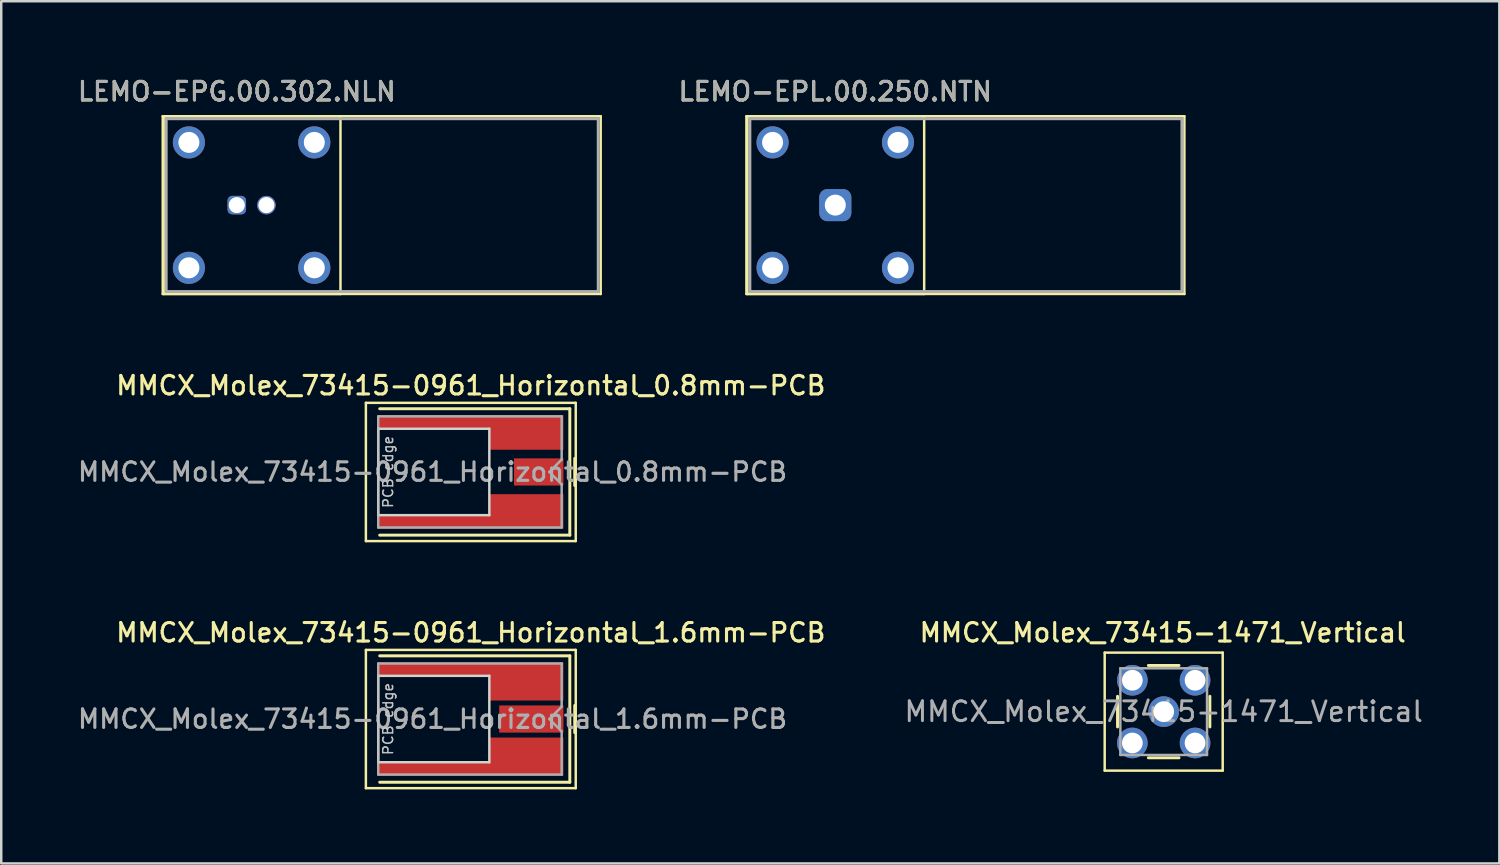
<source format=kicad_pcb>
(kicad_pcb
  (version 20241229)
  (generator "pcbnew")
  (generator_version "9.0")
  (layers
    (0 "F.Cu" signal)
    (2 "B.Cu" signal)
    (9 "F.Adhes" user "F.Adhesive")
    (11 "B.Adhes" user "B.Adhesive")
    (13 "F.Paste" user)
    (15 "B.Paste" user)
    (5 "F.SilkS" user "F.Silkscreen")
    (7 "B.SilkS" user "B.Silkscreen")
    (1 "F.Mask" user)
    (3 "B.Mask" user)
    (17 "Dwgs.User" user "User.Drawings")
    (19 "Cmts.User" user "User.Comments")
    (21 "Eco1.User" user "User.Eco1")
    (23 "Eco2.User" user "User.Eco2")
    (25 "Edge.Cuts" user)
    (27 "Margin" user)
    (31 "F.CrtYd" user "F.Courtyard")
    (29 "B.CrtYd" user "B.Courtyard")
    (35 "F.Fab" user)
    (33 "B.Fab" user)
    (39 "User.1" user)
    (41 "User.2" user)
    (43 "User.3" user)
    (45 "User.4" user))
  (footprint "MMCX_Molex_73415-1471_Vertical"
    (layer "F.Cu")
    (at 44.085 25.774)
    (property "Reference" "MMCX_Molex_73415-1471_Vertical" (at -0.04 -3.2 0) (layer "F.SilkS") (effects (font (size 0.75 0.75) (thickness 0.125))))
    (attr through_hole)
    (fp_line (start -2.39 -2.39) (end 2.39 -2.39) (stroke (width 0.1) (type solid)) (layer "F.SilkS"))
    (fp_line (start -2.39 2.39) (end -2.39 -2.39) (stroke (width 0.1) (type solid)) (layer "F.SilkS"))
    (fp_line (start -2.39 2.39) (end 2.39 2.39) (stroke (width 0.1) (type solid)) (layer "F.SilkS"))
    (fp_line (start -1.87 0.62) (end -1.87 -0.62) (stroke (width 0.12) (type solid)) (layer "F.SilkS"))
    (fp_line (start 0.62 -1.87) (end -0.62 -1.87) (stroke (width 0.12) (type solid)) (layer "F.SilkS"))
    (fp_line (start 0.62 1.87) (end -0.62 1.87) (stroke (width 0.12) (type solid)) (layer "F.SilkS"))
    (fp_line (start 1.87 0.62) (end 1.87 -0.62) (stroke (width 0.12) (type solid)) (layer "F.SilkS"))
    (fp_line (start 2.39 2.39) (end 2.39 -2.39) (stroke (width 0.1) (type solid)) (layer "F.SilkS"))
    (fp_line (start -1.755 -1.755) (end -1.755 1.755) (stroke (width 0.1) (type solid)) (layer "F.Fab"))
    (fp_line (start -1.755 -1.755) (end 1.755 -1.755) (stroke (width 0.1) (type solid)) (layer "F.Fab"))
    (fp_line (start -1.755 1.755) (end 1.755 1.755) (stroke (width 0.1) (type solid)) (layer "F.Fab"))
    (fp_line (start 1.755 -1.755) (end 1.755 1.755) (stroke (width 0.1) (type solid)) (layer "F.Fab"))
    (fp_text user "${REFERENCE}" (at 0 0 0) (layer "F.Fab") (effects (font (size 0.8 0.8) (thickness 0.12))))
    (pad "1" thru_hole circle (at 0 0) (size 1.24 1.24) (drill 0.84) (layers "*.Cu" "*.Mask"))
    (pad "2" thru_hole circle (at -1.27 -1.27) (size 1.24 1.24) (drill 0.84) (layers "*.Cu" "*.Mask"))
    (pad "2" thru_hole circle (at -1.27 1.27) (size 1.24 1.24) (drill 0.84) (layers "*.Cu" "*.Mask"))
    (pad "2" thru_hole circle (at 1.27 -1.27) (size 1.24 1.24) (drill 0.84) (layers "*.Cu" "*.Mask"))
    (pad "2" thru_hole circle (at 1.27 1.27) (size 1.24 1.24) (drill 0.84) (layers "*.Cu" "*.Mask")))
  (footprint "MMCX_Molex_73415-0961_Horizontal_1.6mm-PCB"
    (layer "F.Cu")
    (at 16.02 26.074)
    (property "Reference" "MMCX_Molex_73415-0961_Horizontal_1.6mm-PCB" (at 0 -3.5 0) (layer "F.SilkS") (effects (font (size 0.75 0.75) (thickness 0.125))))
    (attr smd)
    (fp_line (start -4.25 -2.8) (end -4.25 2.8) (stroke (width 0.1) (type solid)) (layer "F.SilkS"))
    (fp_line (start -4.25 -2.8) (end 4.25 -2.8) (stroke (width 0.1) (type solid)) (layer "F.SilkS"))
    (fp_line (start -4.25 2.8) (end 4.25 2.8) (stroke (width 0.1) (type solid)) (layer "F.SilkS"))
    (fp_line (start -3.69 -2.56) (end 4.01 -2.56) (stroke (width 0.12) (type solid)) (layer "F.SilkS"))
    (fp_line (start -3.69 2.56) (end 4.01 2.56) (stroke (width 0.12) (type solid)) (layer "F.SilkS"))
    (fp_line (start 4.01 2.56) (end 4.01 -2.56) (stroke (width 0.12) (type solid)) (layer "F.SilkS"))
    (fp_line (start 4.21 -0.55) (end 4.21 0.55) (stroke (width 0.12) (type solid)) (layer "F.SilkS"))
    (fp_line (start 4.25 -2.8) (end 4.25 2.8) (stroke (width 0.1) (type solid)) (layer "F.SilkS"))
    (fp_line (start -3.75 1.75) (end -3.75 -1.75) (stroke (width 0.1) (type solid)) (layer "Dwgs.User"))
    (fp_line (start -3.75 1.75) (end 0.75 1.75) (stroke (width 0.1) (type solid)) (layer "Edge.Cuts"))
    (fp_line (start 0.75 -1.75) (end -3.75 -1.75) (stroke (width 0.1) (type solid)) (layer "Edge.Cuts"))
    (fp_line (start 0.75 1.75) (end 0.75 -1.75) (stroke (width 0.1) (type solid)) (layer "Edge.Cuts"))
    (fp_line (start -3.75 -2.25) (end -3.75 2.25) (stroke (width 0.1) (type solid)) (layer "F.Fab"))
    (fp_line (start -3.75 -2.25) (end 3.68 -2.25) (stroke (width 0.1) (type solid)) (layer "F.Fab"))
    (fp_line (start -3.75 2.25) (end 3.68 2.25) (stroke (width 0.1) (type solid)) (layer "F.Fab"))
    (fp_line (start 3.18 0) (end 3.68 -0.5) (stroke (width 0.1) (type solid)) (layer "F.Fab"))
    (fp_line (start 3.18 0) (end 3.68 0.5) (stroke (width 0.1) (type solid)) (layer "F.Fab"))
    (fp_line (start 3.68 -0.5) (end 3.68 -2.25) (stroke (width 0.1) (type solid)) (layer "F.Fab"))
    (fp_line (start 3.68 2.25) (end 3.68 0.5) (stroke (width 0.1) (type solid)) (layer "F.Fab"))
    (fp_text user "PCB edge" (at -3.35 0 90) (layer "Dwgs.User") (effects (font (size 0.4 0.4) (thickness 0.06))))
    (fp_text user "${REFERENCE}" (at -1.55 0 0) (layer "F.Fab") (effects (font (size 0.75 0.75) (thickness 0.125))))
    (pad "1" smd rect (at 2.45 0) (size 2.6 1.1) (layers "F.Cu" "F.Mask" "F.Paste"))
    (pad "2" smd custom (at 2.25 -1.525) (size 3 1.55) (layers "F.Cu" "F.Mask" "F.Paste") (options (anchor rect)) (primitives (gr_poly (pts (xy -1.5 -0.225) (xy -6 -0.225) (xy -6 -0.775) (xy -1.5 -0.775)) (width 0) (fill yes))))
    (pad "2" smd custom (at 2.25 1.525) (size 3 1.55) (layers "F.Cu" "F.Mask" "F.Paste") (options (anchor rect)) (primitives (gr_poly (pts (xy -1.5 0.775) (xy -6 0.775) (xy -6 0.225) (xy -1.5 0.225)) (width 0) (fill yes)))))
  (footprint "LEMO-EPG.00.302.NLN"
    (layer "F.Cu")
    (at 6.541 5.258)
    (property "Reference" "LEMO-EPG.00.302.NLN" (at 0 -4.6 0) (unlocked yes) (layer "F.SilkS") (effects (font (size 0.75 0.75) (thickness 0.125))))
    (attr through_hole)
    (fp_line (start -3 -3.6) (end 4.2 -3.6) (stroke (width 0.1) (type solid)) (layer "F.SilkS"))
    (fp_line (start -3 3.6) (end -3 -3.6) (stroke (width 0.1) (type solid)) (layer "F.SilkS"))
    (fp_line (start -2.96 -3.6) (end -2.96 3.6) (stroke (width 0.1) (type solid)) (layer "F.SilkS"))
    (fp_line (start -2.96 3.6) (end 14.74 3.6) (stroke (width 0.1) (type solid)) (layer "F.SilkS"))
    (fp_line (start 4.2 -3.6) (end 4.2 3.6) (stroke (width 0.1) (type solid)) (layer "F.SilkS"))
    (fp_line (start 4.2 3.6) (end -3 3.6) (stroke (width 0.1) (type solid)) (layer "F.SilkS"))
    (fp_line (start 14.74 -3.6) (end -2.96 -3.6) (stroke (width 0.1) (type solid)) (layer "F.SilkS"))
    (fp_line (start 14.74 3.6) (end 14.74 -3.6) (stroke (width 0.1) (type solid)) (layer "F.SilkS"))
    (fp_line (start -2.86 -3.5) (end -2.86 3.5) (stroke (width 0.12) (type solid)) (layer "F.Fab"))
    (fp_line (start -2.86 -3.5) (end 14.64 -3.5) (stroke (width 0.12) (type solid)) (layer "F.Fab"))
    (fp_line (start -2.86 3.5) (end 14.64 3.5) (stroke (width 0.12) (type solid)) (layer "F.Fab"))
    (fp_line (start 14.64 -3.5) (end 14.64 3.5) (stroke (width 0.12) (type solid)) (layer "F.Fab"))
    (fp_text user "${REFERENCE}" (at 0 -4.6 0) (unlocked yes) (layer "F.Fab") (effects (font (size 0.75 0.75) (thickness 0.125))))
    (pad "1" thru_hole roundrect (at 0 0) (size 0.75 0.75) (drill 0.65) (layers "*.Cu" "*.Mask") (roundrect_rratio 0.25))
    (pad "2" thru_hole circle (at 1.2 0) (size 0.75 0.75) (drill 0.65) (layers "*.Cu" "*.Mask"))
    (pad "3" thru_hole circle (at -1.94 -2.54) (size 1.3 1.3) (drill 0.85) (layers "*.Cu" "*.Mask"))
    (pad "3" thru_hole circle (at -1.94 2.54) (size 1.3 1.3) (drill 0.85) (layers "*.Cu" "*.Mask"))
    (pad "3" thru_hole circle (at 3.14 -2.54) (size 1.3 1.3) (drill 0.85) (layers "*.Cu" "*.Mask"))
    (pad "3" thru_hole circle (at 3.14 2.54) (size 1.3 1.3) (drill 0.85) (layers "*.Cu" "*.Mask")))
  (footprint "MMCX_Molex_73415-0961_Horizontal_0.8mm-PCB"
    (layer "F.Cu")
    (at 16.02 16.066)
    (property "Reference" "MMCX_Molex_73415-0961_Horizontal_0.8mm-PCB" (at 0 -3.5 0) (layer "F.SilkS") (effects (font (size 0.75 0.75) (thickness 0.125))))
    (attr smd)
    (fp_line (start -4.25 -2.8) (end -4.25 2.8) (stroke (width 0.1) (type solid)) (layer "F.SilkS"))
    (fp_line (start -4.25 -2.8) (end 4.25 -2.8) (stroke (width 0.1) (type solid)) (layer "F.SilkS"))
    (fp_line (start -4.25 2.8) (end 4.25 2.8) (stroke (width 0.1) (type solid)) (layer "F.SilkS"))
    (fp_line (start -3.69 -2.56) (end 4.01 -2.56) (stroke (width 0.12) (type solid)) (layer "F.SilkS"))
    (fp_line (start -3.69 2.56) (end 4.01 2.56) (stroke (width 0.12) (type solid)) (layer "F.SilkS"))
    (fp_line (start 4.01 2.56) (end 4.01 -2.56) (stroke (width 0.12) (type solid)) (layer "F.SilkS"))
    (fp_line (start 4.21 -0.55) (end 4.21 0.55) (stroke (width 0.12) (type solid)) (layer "F.SilkS"))
    (fp_line (start 4.25 -2.8) (end 4.25 2.8) (stroke (width 0.1) (type solid)) (layer "F.SilkS"))
    (fp_line (start -3.75 1.75) (end -3.75 -1.75) (stroke (width 0.1) (type solid)) (layer "Dwgs.User"))
    (fp_line (start -3.75 1.75) (end 0.75 1.75) (stroke (width 0.1) (type solid)) (layer "Edge.Cuts"))
    (fp_line (start 0.75 -1.75) (end -3.75 -1.75) (stroke (width 0.1) (type solid)) (layer "Edge.Cuts"))
    (fp_line (start 0.75 1.75) (end 0.75 -1.75) (stroke (width 0.1) (type solid)) (layer "Edge.Cuts"))
    (fp_line (start -3.75 -2.25) (end -3.75 2.25) (stroke (width 0.1) (type solid)) (layer "F.Fab"))
    (fp_line (start -3.75 -2.25) (end 3.68 -2.25) (stroke (width 0.1) (type solid)) (layer "F.Fab"))
    (fp_line (start -3.75 2.25) (end 3.68 2.25) (stroke (width 0.1) (type solid)) (layer "F.Fab"))
    (fp_line (start 3.18 0) (end 3.68 -0.5) (stroke (width 0.1) (type solid)) (layer "F.Fab"))
    (fp_line (start 3.18 0) (end 3.68 0.5) (stroke (width 0.1) (type solid)) (layer "F.Fab"))
    (fp_line (start 3.68 -0.5) (end 3.68 -2.25) (stroke (width 0.1) (type solid)) (layer "F.Fab"))
    (fp_line (start 3.68 2.25) (end 3.68 0.5) (stroke (width 0.1) (type solid)) (layer "F.Fab"))
    (fp_text user "PCB edge" (at -3.35 0 90) (layer "Dwgs.User") (effects (font (size 0.4 0.4) (thickness 0.06))))
    (fp_text user "${REFERENCE}" (at -1.55 0 0) (layer "F.Fab") (effects (font (size 0.75 0.75) (thickness 0.125))))
    (pad "1" smd rect (at 2.75 0) (size 2 1.1) (layers "F.Cu" "F.Mask" "F.Paste"))
    (pad "2" smd custom (at 2.25 -1.6) (size 3 1.4) (layers "F.Cu" "F.Mask" "F.Paste") (options (anchor rect)) (primitives (gr_poly (pts (xy -1.5 -0.15) (xy -6 -0.15) (xy -6 -0.7) (xy -1.5 -0.7)) (width 0) (fill yes))))
    (pad "2" smd custom (at 2.25 1.6) (size 3 1.4) (layers "F.Cu" "F.Mask" "F.Paste") (options (anchor rect)) (primitives (gr_poly (pts (xy -1.5 0.7) (xy -6 0.7) (xy -6 0.15) (xy -1.5 0.15)) (width 0) (fill yes)))))
  (footprint "LEMO-EPL.00.250.NTN"
    (layer "F.Cu")
    (at 30.783 5.258)
    (property "Reference" "LEMO-EPL.00.250.NTN" (at 0 -4.6 0) (unlocked yes) (layer "F.SilkS") (effects (font (size 0.75 0.75) (thickness 0.125))))
    (attr through_hole)
    (fp_line (start -3.6 -3.6) (end 3.6 -3.6) (stroke (width 0.1) (type solid)) (layer "F.SilkS"))
    (fp_line (start -3.6 3.6) (end -3.6 -3.6) (stroke (width 0.1) (type solid)) (layer "F.SilkS"))
    (fp_line (start -3.56 -3.6) (end -3.56 3.6) (stroke (width 0.1) (type solid)) (layer "F.SilkS"))
    (fp_line (start -3.56 3.6) (end 14.14 3.6) (stroke (width 0.1) (type solid)) (layer "F.SilkS"))
    (fp_line (start 3.6 -3.6) (end 3.6 3.6) (stroke (width 0.1) (type solid)) (layer "F.SilkS"))
    (fp_line (start 3.6 3.6) (end -3.6 3.6) (stroke (width 0.1) (type solid)) (layer "F.SilkS"))
    (fp_line (start 14.14 -3.6) (end -3.56 -3.6) (stroke (width 0.1) (type solid)) (layer "F.SilkS"))
    (fp_line (start 14.14 3.6) (end 14.14 -3.6) (stroke (width 0.1) (type solid)) (layer "F.SilkS"))
    (fp_line (start -3.46 -3.5) (end -3.46 3.5) (stroke (width 0.12) (type solid)) (layer "F.Fab"))
    (fp_line (start -3.46 -3.5) (end 14.04 -3.5) (stroke (width 0.12) (type solid)) (layer "F.Fab"))
    (fp_line (start -3.46 3.5) (end 14.04 3.5) (stroke (width 0.12) (type solid)) (layer "F.Fab"))
    (fp_line (start 14.04 -3.5) (end 14.04 3.5) (stroke (width 0.12) (type solid)) (layer "F.Fab"))
    (fp_text user "${REFERENCE}" (at 0 -4.6 0) (unlocked yes) (layer "F.Fab") (effects (font (size 0.75 0.75) (thickness 0.125))))
    (pad "1" thru_hole roundrect (at 0 0) (size 1.3 1.3) (drill 0.85) (layers "*.Cu" "*.Mask") (roundrect_rratio 0.25))
    (pad "2" thru_hole circle (at -2.54 -2.54) (size 1.3 1.3) (drill 0.85) (layers "*.Cu" "*.Mask"))
    (pad "2" thru_hole circle (at -2.54 2.54) (size 1.3 1.3) (drill 0.85) (layers "*.Cu" "*.Mask"))
    (pad "2" thru_hole circle (at 2.54 -2.54) (size 1.3 1.3) (drill 0.85) (layers "*.Cu" "*.Mask"))
    (pad "2" thru_hole circle (at 2.54 2.54) (size 1.3 1.3) (drill 0.85) (layers "*.Cu" "*.Mask")))
  (gr_rect
    (start -3 -3)
    (end 57.68 31.924)
    (stroke (width 0.1) (type default))
    (fill no)
    (layer "Edge.Cuts")))
</source>
